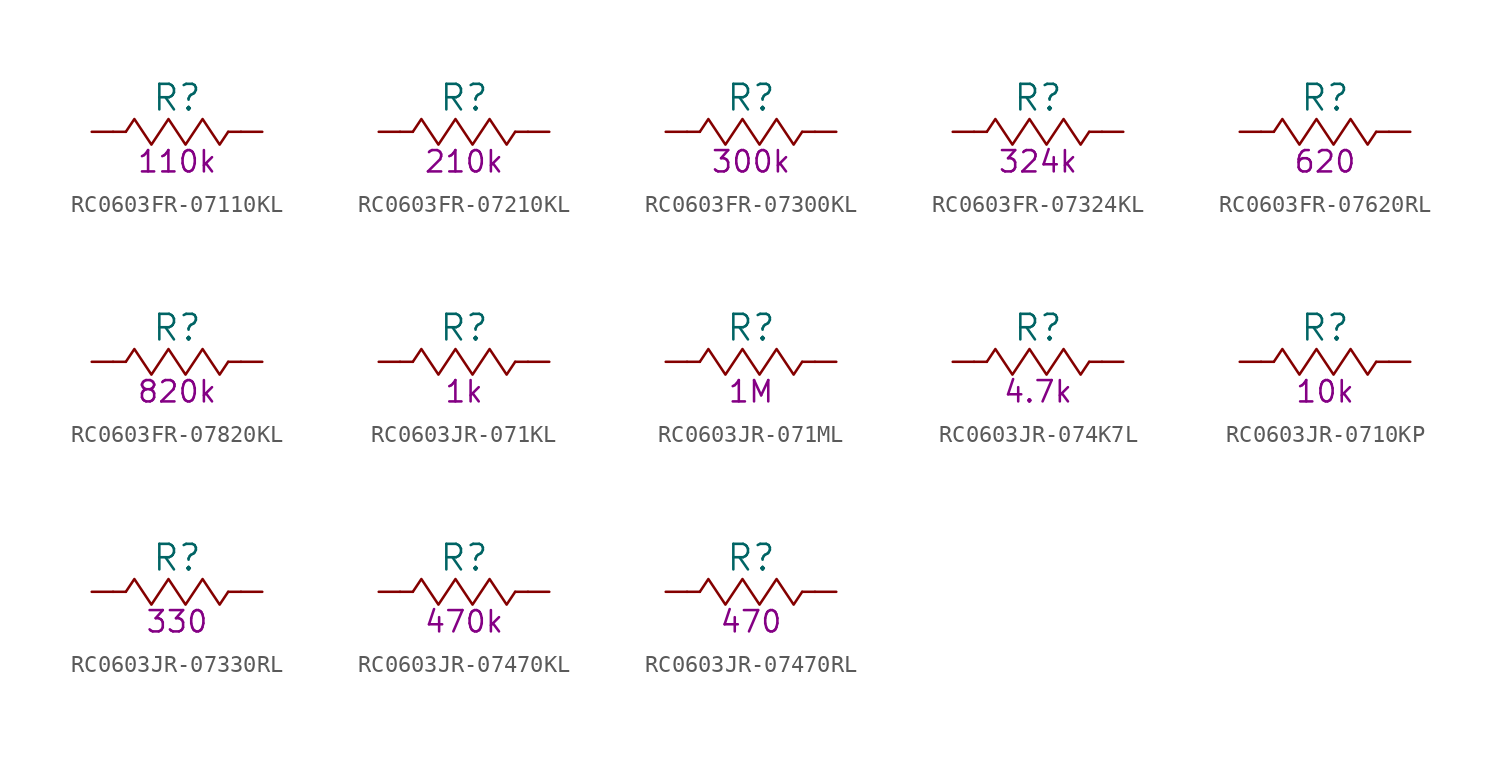
<source format=kicad_sym>
(kicad_symbol_lib
  (version 20231120)
  (generator "kicad_symbol_editor")
  (generator_version "8.0")
  (symbol "RC0603FR-07110KL"
    (pin_numbers hide)
    (pin_names
      (offset 0) hide)
    (property "Reference" "R"
      (at 0 2.032 0)
      (effects (font (size 1.524 1.524))))
    (property "Resistance (Ohms)" "110k"
      (at 0 -1.778 0)
      (effects (font (size 1.27 1.27))))
    (symbol "RC0603FR-07110KL_0_1"
      (rectangle (start -3.048 0) (end -3.81 0) (stroke (width 0) (type default)) (fill (type none)))
      (polyline (pts (xy -3.048 0) (xy -2.54 0.762) (xy -2.032 0) (xy -1.524 -0.762) (xy -1.016 0) (xy -0.508 0.762) (xy 0 0) (xy 0.508 -0.762) (xy 1.016 0) (xy 1.524 0.762) (xy 2.032 0) (xy 2.54 -0.762) (xy 3.048 0)) (stroke (width 0) (type default)) (fill (type none)))
      (rectangle (start 3.81 0) (end 3.048 0) (stroke (width 0) (type default)) (fill (type none))))
    (symbol "RC0603FR-07110KL_1_1"
      (pin passive line (at -5.08 0 0) (length 1.27) (name "1" (effects (font (size 1.27 1.27)))) (number "1" (effects (font (size 1.27 1.27)))))
      (pin passive line (at 5.08 0 180) (length 1.27) (name "2" (effects (font (size 1.27 1.27)))) (number "2" (effects (font (size 1.27 1.27)))))))
  (symbol "RC0603FR-07210KL"
    (pin_numbers hide)
    (pin_names
      (offset 0) hide)
    (property "Reference" "R"
      (at 0 2.032 0)
      (effects (font (size 1.524 1.524))))
    (property "Resistance (Ohms)" "210k"
      (at 0 -1.778 0)
      (effects (font (size 1.27 1.27))))
    (symbol "RC0603FR-07210KL_0_1"
      (rectangle (start -3.048 0) (end -3.81 0) (stroke (width 0) (type default)) (fill (type none)))
      (polyline (pts (xy -3.048 0) (xy -2.54 0.762) (xy -2.032 0) (xy -1.524 -0.762) (xy -1.016 0) (xy -0.508 0.762) (xy 0 0) (xy 0.508 -0.762) (xy 1.016 0) (xy 1.524 0.762) (xy 2.032 0) (xy 2.54 -0.762) (xy 3.048 0)) (stroke (width 0) (type default)) (fill (type none)))
      (rectangle (start 3.81 0) (end 3.048 0) (stroke (width 0) (type default)) (fill (type none))))
    (symbol "RC0603FR-07210KL_1_1"
      (pin passive line (at -5.08 0 0) (length 1.27) (name "1" (effects (font (size 1.27 1.27)))) (number "1" (effects (font (size 1.27 1.27)))))
      (pin passive line (at 5.08 0 180) (length 1.27) (name "2" (effects (font (size 1.27 1.27)))) (number "2" (effects (font (size 1.27 1.27)))))))
  (symbol "RC0603FR-07300KL"
    (pin_numbers hide)
    (pin_names
      (offset 0) hide)
    (property "Reference" "R"
      (at 0 2.032 0)
      (effects (font (size 1.524 1.524))))
    (property "Resistance (Ohms)" "300k"
      (at 0 -1.778 0)
      (effects (font (size 1.27 1.27))))
    (symbol "RC0603FR-07300KL_0_1"
      (rectangle (start -3.048 0) (end -3.81 0) (stroke (width 0) (type default)) (fill (type none)))
      (polyline (pts (xy -3.048 0) (xy -2.54 0.762) (xy -2.032 0) (xy -1.524 -0.762) (xy -1.016 0) (xy -0.508 0.762) (xy 0 0) (xy 0.508 -0.762) (xy 1.016 0) (xy 1.524 0.762) (xy 2.032 0) (xy 2.54 -0.762) (xy 3.048 0)) (stroke (width 0) (type default)) (fill (type none)))
      (rectangle (start 3.81 0) (end 3.048 0) (stroke (width 0) (type default)) (fill (type none))))
    (symbol "RC0603FR-07300KL_1_1"
      (pin passive line (at -5.08 0 0) (length 1.27) (name "1" (effects (font (size 1.27 1.27)))) (number "1" (effects (font (size 1.27 1.27)))))
      (pin passive line (at 5.08 0 180) (length 1.27) (name "2" (effects (font (size 1.27 1.27)))) (number "2" (effects (font (size 1.27 1.27)))))))
  (symbol "RC0603FR-07324KL"
    (pin_numbers hide)
    (pin_names
      (offset 0) hide)
    (property "Reference" "R"
      (at 0 2.032 0)
      (effects (font (size 1.524 1.524))))
    (property "Resistance (Ohms)" "324k"
      (at 0 -1.778 0)
      (effects (font (size 1.27 1.27))))
    (symbol "RC0603FR-07324KL_0_1"
      (rectangle (start -3.048 0) (end -3.81 0) (stroke (width 0) (type default)) (fill (type none)))
      (polyline (pts (xy -3.048 0) (xy -2.54 0.762) (xy -2.032 0) (xy -1.524 -0.762) (xy -1.016 0) (xy -0.508 0.762) (xy 0 0) (xy 0.508 -0.762) (xy 1.016 0) (xy 1.524 0.762) (xy 2.032 0) (xy 2.54 -0.762) (xy 3.048 0)) (stroke (width 0) (type default)) (fill (type none)))
      (rectangle (start 3.81 0) (end 3.048 0) (stroke (width 0) (type default)) (fill (type none))))
    (symbol "RC0603FR-07324KL_1_1"
      (pin passive line (at -5.08 0 0) (length 1.27) (name "1" (effects (font (size 1.27 1.27)))) (number "1" (effects (font (size 1.27 1.27)))))
      (pin passive line (at 5.08 0 180) (length 1.27) (name "2" (effects (font (size 1.27 1.27)))) (number "2" (effects (font (size 1.27 1.27)))))))
  (symbol "RC0603FR-07620RL"
    (pin_numbers hide)
    (pin_names
      (offset 0) hide)
    (property "Reference" "R"
      (at 0 2.032 0)
      (effects (font (size 1.524 1.524))))
    (property "Resistance (Ohms)" "620"
      (at 0 -1.778 0)
      (effects (font (size 1.27 1.27))))
    (symbol "RC0603FR-07620RL_0_1"
      (rectangle (start -3.048 0) (end -3.81 0) (stroke (width 0) (type default)) (fill (type none)))
      (polyline (pts (xy -3.048 0) (xy -2.54 0.762) (xy -2.032 0) (xy -1.524 -0.762) (xy -1.016 0) (xy -0.508 0.762) (xy 0 0) (xy 0.508 -0.762) (xy 1.016 0) (xy 1.524 0.762) (xy 2.032 0) (xy 2.54 -0.762) (xy 3.048 0)) (stroke (width 0) (type default)) (fill (type none)))
      (rectangle (start 3.81 0) (end 3.048 0) (stroke (width 0) (type default)) (fill (type none))))
    (symbol "RC0603FR-07620RL_1_1"
      (pin passive line (at -5.08 0 0) (length 1.27) (name "1" (effects (font (size 1.27 1.27)))) (number "1" (effects (font (size 1.27 1.27)))))
      (pin passive line (at 5.08 0 180) (length 1.27) (name "2" (effects (font (size 1.27 1.27)))) (number "2" (effects (font (size 1.27 1.27)))))))
  (symbol "RC0603FR-07820KL"
    (pin_numbers hide)
    (pin_names
      (offset 0) hide)
    (property "Reference" "R"
      (at 0 2.032 0)
      (effects (font (size 1.524 1.524))))
    (property "Resistance (Ohms)" "820k"
      (at 0 -1.778 0)
      (effects (font (size 1.27 1.27))))
    (symbol "RC0603FR-07820KL_0_1"
      (rectangle (start -3.048 0) (end -3.81 0) (stroke (width 0) (type default)) (fill (type none)))
      (polyline (pts (xy -3.048 0) (xy -2.54 0.762) (xy -2.032 0) (xy -1.524 -0.762) (xy -1.016 0) (xy -0.508 0.762) (xy 0 0) (xy 0.508 -0.762) (xy 1.016 0) (xy 1.524 0.762) (xy 2.032 0) (xy 2.54 -0.762) (xy 3.048 0)) (stroke (width 0) (type default)) (fill (type none)))
      (rectangle (start 3.81 0) (end 3.048 0) (stroke (width 0) (type default)) (fill (type none))))
    (symbol "RC0603FR-07820KL_1_1"
      (pin passive line (at -5.08 0 0) (length 1.27) (name "1" (effects (font (size 1.27 1.27)))) (number "1" (effects (font (size 1.27 1.27)))))
      (pin passive line (at 5.08 0 180) (length 1.27) (name "2" (effects (font (size 1.27 1.27)))) (number "2" (effects (font (size 1.27 1.27)))))))
  (symbol "RC0603JR-071KL"
    (pin_numbers hide)
    (pin_names
      (offset 0) hide)
    (property "Reference" "R"
      (at 0 2.032 0)
      (effects (font (size 1.524 1.524))))
    (property "Resistance (Ohms)" "1k"
      (at 0 -1.778 0)
      (effects (font (size 1.27 1.27))))
    (symbol "RC0603JR-071KL_0_1"
      (rectangle (start -3.048 0) (end -3.81 0) (stroke (width 0) (type default)) (fill (type none)))
      (polyline (pts (xy -3.048 0) (xy -2.54 0.762) (xy -2.032 0) (xy -1.524 -0.762) (xy -1.016 0) (xy -0.508 0.762) (xy 0 0) (xy 0.508 -0.762) (xy 1.016 0) (xy 1.524 0.762) (xy 2.032 0) (xy 2.54 -0.762) (xy 3.048 0)) (stroke (width 0) (type default)) (fill (type none)))
      (rectangle (start 3.81 0) (end 3.048 0) (stroke (width 0) (type default)) (fill (type none))))
    (symbol "RC0603JR-071KL_1_1"
      (pin passive line (at -5.08 0 0) (length 1.27) (name "1" (effects (font (size 1.27 1.27)))) (number "1" (effects (font (size 1.27 1.27)))))
      (pin passive line (at 5.08 0 180) (length 1.27) (name "2" (effects (font (size 1.27 1.27)))) (number "2" (effects (font (size 1.27 1.27)))))))
  (symbol "RC0603JR-071ML"
    (pin_numbers hide)
    (pin_names
      (offset 0) hide)
    (property "Reference" "R"
      (at 0 2.032 0)
      (effects (font (size 1.524 1.524))))
    (property "Resistance (Ohms)" "1M"
      (at 0 -1.778 0)
      (effects (font (size 1.27 1.27))))
    (symbol "RC0603JR-071ML_0_1"
      (rectangle (start -3.048 0) (end -3.81 0) (stroke (width 0) (type default)) (fill (type none)))
      (polyline (pts (xy -3.048 0) (xy -2.54 0.762) (xy -2.032 0) (xy -1.524 -0.762) (xy -1.016 0) (xy -0.508 0.762) (xy 0 0) (xy 0.508 -0.762) (xy 1.016 0) (xy 1.524 0.762) (xy 2.032 0) (xy 2.54 -0.762) (xy 3.048 0)) (stroke (width 0) (type default)) (fill (type none)))
      (rectangle (start 3.81 0) (end 3.048 0) (stroke (width 0) (type default)) (fill (type none))))
    (symbol "RC0603JR-071ML_1_1"
      (pin passive line (at -5.08 0 0) (length 1.27) (name "1" (effects (font (size 1.27 1.27)))) (number "1" (effects (font (size 1.27 1.27)))))
      (pin passive line (at 5.08 0 180) (length 1.27) (name "2" (effects (font (size 1.27 1.27)))) (number "2" (effects (font (size 1.27 1.27)))))))
  (symbol "RC0603JR-074K7L"
    (pin_numbers hide)
    (pin_names
      (offset 0) hide)
    (property "Reference" "R"
      (at 0 2.032 0)
      (effects (font (size 1.524 1.524))))
    (property "Resistance (Ohms)" "4.7k"
      (at 0 -1.778 0)
      (effects (font (size 1.27 1.27))))
    (symbol "RC0603JR-074K7L_0_1"
      (rectangle (start -3.048 0) (end -3.81 0) (stroke (width 0) (type default)) (fill (type none)))
      (polyline (pts (xy -3.048 0) (xy -2.54 0.762) (xy -2.032 0) (xy -1.524 -0.762) (xy -1.016 0) (xy -0.508 0.762) (xy 0 0) (xy 0.508 -0.762) (xy 1.016 0) (xy 1.524 0.762) (xy 2.032 0) (xy 2.54 -0.762) (xy 3.048 0)) (stroke (width 0) (type default)) (fill (type none)))
      (rectangle (start 3.81 0) (end 3.048 0) (stroke (width 0) (type default)) (fill (type none))))
    (symbol "RC0603JR-074K7L_1_1"
      (pin passive line (at -5.08 0 0) (length 1.27) (name "1" (effects (font (size 1.27 1.27)))) (number "1" (effects (font (size 1.27 1.27)))))
      (pin passive line (at 5.08 0 180) (length 1.27) (name "2" (effects (font (size 1.27 1.27)))) (number "2" (effects (font (size 1.27 1.27)))))))
  (symbol "RC0603JR-0710KP"
    (pin_numbers hide)
    (pin_names
      (offset 0) hide)
    (property "Reference" "R"
      (at 0 2.032 0)
      (effects (font (size 1.524 1.524))))
    (property "Resistance (Ohms)" "10k"
      (at 0 -1.778 0)
      (effects (font (size 1.27 1.27))))
    (symbol "RC0603JR-0710KP_0_1"
      (rectangle (start -3.048 0) (end -3.81 0) (stroke (width 0) (type default)) (fill (type none)))
      (polyline (pts (xy -3.048 0) (xy -2.54 0.762) (xy -2.032 0) (xy -1.524 -0.762) (xy -1.016 0) (xy -0.508 0.762) (xy 0 0) (xy 0.508 -0.762) (xy 1.016 0) (xy 1.524 0.762) (xy 2.032 0) (xy 2.54 -0.762) (xy 3.048 0)) (stroke (width 0) (type default)) (fill (type none)))
      (rectangle (start 3.81 0) (end 3.048 0) (stroke (width 0) (type default)) (fill (type none))))
    (symbol "RC0603JR-0710KP_1_1"
      (pin passive line (at -5.08 0 0) (length 1.27) (name "1" (effects (font (size 1.27 1.27)))) (number "1" (effects (font (size 1.27 1.27)))))
      (pin passive line (at 5.08 0 180) (length 1.27) (name "2" (effects (font (size 1.27 1.27)))) (number "2" (effects (font (size 1.27 1.27)))))))
  (symbol "RC0603JR-07330RL"
    (pin_numbers hide)
    (pin_names
      (offset 0) hide)
    (property "Reference" "R"
      (at 0 2.032 0)
      (effects (font (size 1.524 1.524))))
    (property "Resistance (Ohms)" "330"
      (at 0 -1.778 0)
      (effects (font (size 1.27 1.27))))
    (symbol "RC0603JR-07330RL_0_1"
      (rectangle (start -3.048 0) (end -3.81 0) (stroke (width 0) (type default)) (fill (type none)))
      (polyline (pts (xy -3.048 0) (xy -2.54 0.762) (xy -2.032 0) (xy -1.524 -0.762) (xy -1.016 0) (xy -0.508 0.762) (xy 0 0) (xy 0.508 -0.762) (xy 1.016 0) (xy 1.524 0.762) (xy 2.032 0) (xy 2.54 -0.762) (xy 3.048 0)) (stroke (width 0) (type default)) (fill (type none)))
      (rectangle (start 3.81 0) (end 3.048 0) (stroke (width 0) (type default)) (fill (type none))))
    (symbol "RC0603JR-07330RL_1_1"
      (pin passive line (at -5.08 0 0) (length 1.27) (name "1" (effects (font (size 1.27 1.27)))) (number "1" (effects (font (size 1.27 1.27)))))
      (pin passive line (at 5.08 0 180) (length 1.27) (name "2" (effects (font (size 1.27 1.27)))) (number "2" (effects (font (size 1.27 1.27)))))))
  (symbol "RC0603JR-07470KL"
    (pin_numbers hide)
    (pin_names
      (offset 0) hide)
    (property "Reference" "R"
      (at 0 2.032 0)
      (effects (font (size 1.524 1.524))))
    (property "Resistance (Ohms)" "470k"
      (at 0 -1.778 0)
      (effects (font (size 1.27 1.27))))
    (symbol "RC0603JR-07470KL_0_1"
      (rectangle (start -3.048 0) (end -3.81 0) (stroke (width 0) (type default)) (fill (type none)))
      (polyline (pts (xy -3.048 0) (xy -2.54 0.762) (xy -2.032 0) (xy -1.524 -0.762) (xy -1.016 0) (xy -0.508 0.762) (xy 0 0) (xy 0.508 -0.762) (xy 1.016 0) (xy 1.524 0.762) (xy 2.032 0) (xy 2.54 -0.762) (xy 3.048 0)) (stroke (width 0) (type default)) (fill (type none)))
      (rectangle (start 3.81 0) (end 3.048 0) (stroke (width 0) (type default)) (fill (type none))))
    (symbol "RC0603JR-07470KL_1_1"
      (pin passive line (at -5.08 0 0) (length 1.27) (name "1" (effects (font (size 1.27 1.27)))) (number "1" (effects (font (size 1.27 1.27)))))
      (pin passive line (at 5.08 0 180) (length 1.27) (name "2" (effects (font (size 1.27 1.27)))) (number "2" (effects (font (size 1.27 1.27)))))))
  (symbol "RC0603JR-07470RL"
    (pin_numbers hide)
    (pin_names
      (offset 0) hide)
    (property "Reference" "R"
      (at 0 2.032 0)
      (effects (font (size 1.524 1.524))))
    (property "Resistance (Ohms)" "470"
      (at 0 -1.778 0)
      (effects (font (size 1.27 1.27))))
    (symbol "RC0603JR-07470RL_0_1"
      (rectangle (start -3.048 0) (end -3.81 0) (stroke (width 0) (type default)) (fill (type none)))
      (polyline (pts (xy -3.048 0) (xy -2.54 0.762) (xy -2.032 0) (xy -1.524 -0.762) (xy -1.016 0) (xy -0.508 0.762) (xy 0 0) (xy 0.508 -0.762) (xy 1.016 0) (xy 1.524 0.762) (xy 2.032 0) (xy 2.54 -0.762) (xy 3.048 0)) (stroke (width 0) (type default)) (fill (type none)))
      (rectangle (start 3.81 0) (end 3.048 0) (stroke (width 0) (type default)) (fill (type none))))
    (symbol "RC0603JR-07470RL_1_1"
      (pin passive line (at -5.08 0 0) (length 1.27) (name "1" (effects (font (size 1.27 1.27)))) (number "1" (effects (font (size 1.27 1.27)))))
      (pin passive line (at 5.08 0 180) (length 1.27) (name "2" (effects (font (size 1.27 1.27)))) (number "2" (effects (font (size 1.27 1.27))))))))
</source>
